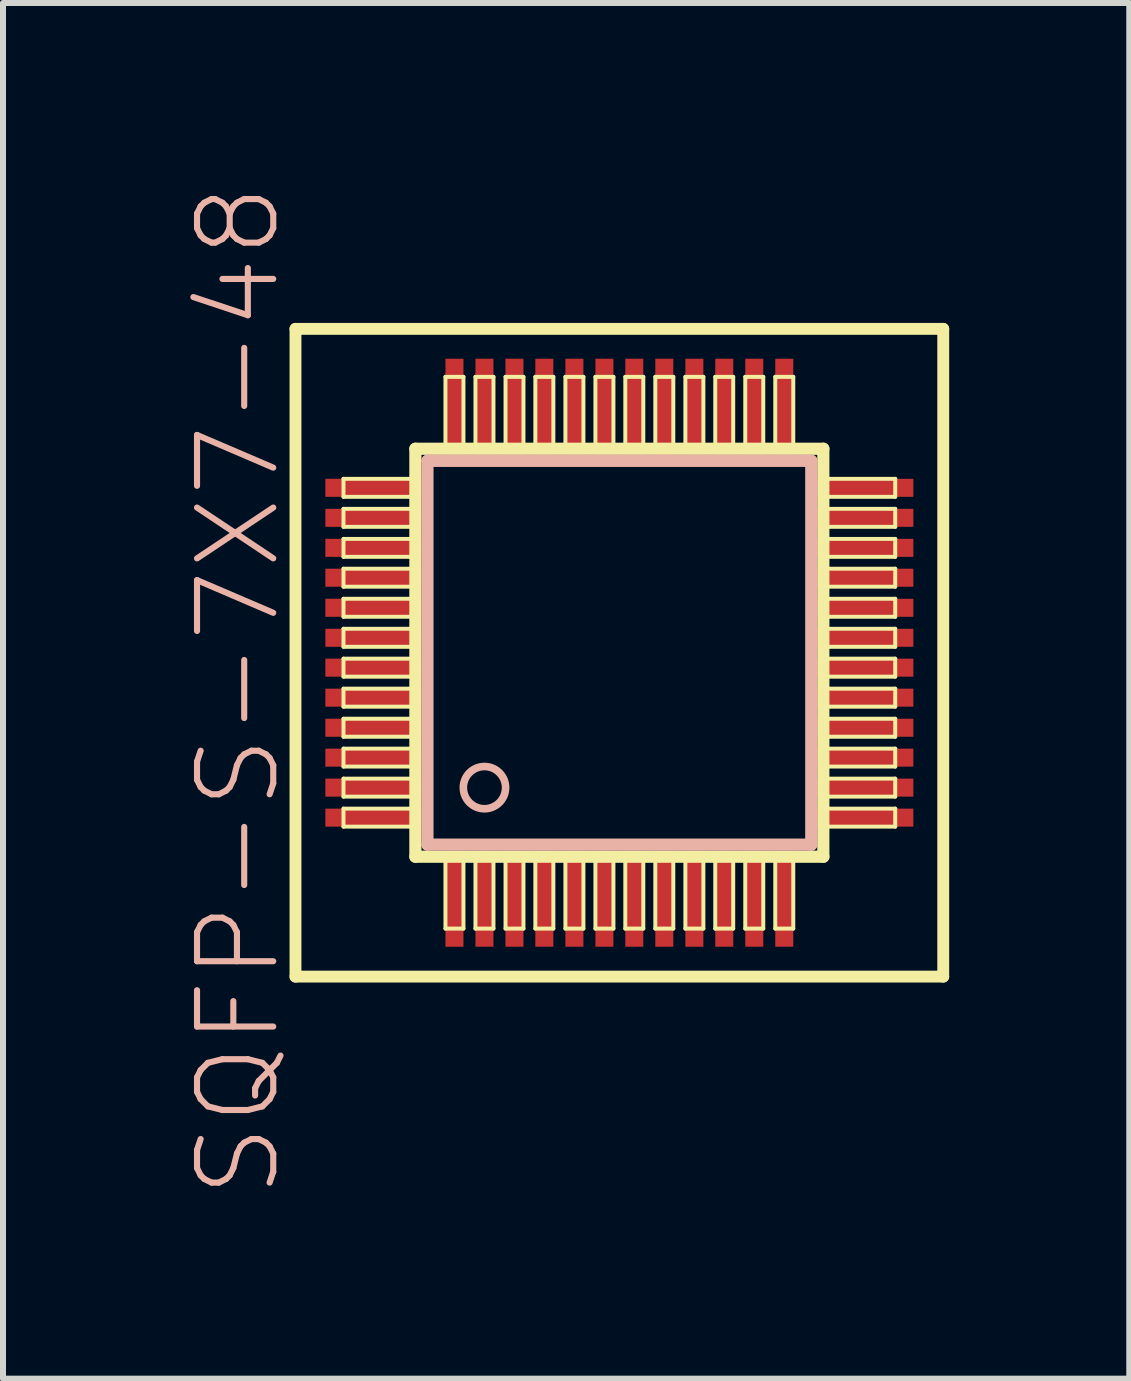
<source format=kicad_pcb>
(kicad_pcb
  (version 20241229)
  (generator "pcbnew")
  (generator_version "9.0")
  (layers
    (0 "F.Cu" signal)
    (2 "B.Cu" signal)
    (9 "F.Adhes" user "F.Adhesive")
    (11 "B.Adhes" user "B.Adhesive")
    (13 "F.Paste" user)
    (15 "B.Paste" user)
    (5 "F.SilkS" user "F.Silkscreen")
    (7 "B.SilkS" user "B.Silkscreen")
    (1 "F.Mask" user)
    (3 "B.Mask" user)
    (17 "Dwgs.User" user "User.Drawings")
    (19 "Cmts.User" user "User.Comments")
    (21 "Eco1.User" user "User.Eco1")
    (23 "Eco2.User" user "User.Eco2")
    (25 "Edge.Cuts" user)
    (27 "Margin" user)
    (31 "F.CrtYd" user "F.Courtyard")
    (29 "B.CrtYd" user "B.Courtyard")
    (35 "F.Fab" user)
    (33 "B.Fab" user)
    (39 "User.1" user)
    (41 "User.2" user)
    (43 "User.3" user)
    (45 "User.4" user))
  (footprint "SQFP-S-7X7-48"
    (layer "F.Cu")
    (at 7.271 7.827)
    (property "Reference" "SQFP-S-7X7-48" (at -6.35 0.635 90) (layer "B.SilkS") (effects (font (size 1.27 1.27) (thickness 0.102))))
    (attr smd)
    (fp_line (start -5.397 -5.397) (end 5.397 -5.397) (stroke (width 0.198) (type solid)) (layer "F.SilkS"))
    (fp_line (start -5.397 5.397) (end -5.397 -5.397) (stroke (width 0.198) (type solid)) (layer "F.SilkS"))
    (fp_line (start -4.597 -2.898) (end -3.449 -2.898) (stroke (width 0.066) (type solid)) (layer "F.SilkS"))
    (fp_line (start -4.597 -2.598) (end -4.597 -2.898) (stroke (width 0.066) (type solid)) (layer "F.SilkS"))
    (fp_line (start -4.597 -2.598) (end -3.449 -2.598) (stroke (width 0.066) (type solid)) (layer "F.SilkS"))
    (fp_line (start -4.597 -2.398) (end -3.449 -2.398) (stroke (width 0.066) (type solid)) (layer "F.SilkS"))
    (fp_line (start -4.597 -2.098) (end -4.597 -2.398) (stroke (width 0.066) (type solid)) (layer "F.SilkS"))
    (fp_line (start -4.597 -2.098) (end -3.449 -2.098) (stroke (width 0.066) (type solid)) (layer "F.SilkS"))
    (fp_line (start -4.597 -1.897) (end -3.449 -1.897) (stroke (width 0.066) (type solid)) (layer "F.SilkS"))
    (fp_line (start -4.597 -1.598) (end -4.597 -1.897) (stroke (width 0.066) (type solid)) (layer "F.SilkS"))
    (fp_line (start -4.597 -1.598) (end -3.449 -1.598) (stroke (width 0.066) (type solid)) (layer "F.SilkS"))
    (fp_line (start -4.597 -1.4) (end -3.449 -1.4) (stroke (width 0.066) (type solid)) (layer "F.SilkS"))
    (fp_line (start -4.597 -1.1) (end -4.597 -1.4) (stroke (width 0.066) (type solid)) (layer "F.SilkS"))
    (fp_line (start -4.597 -1.1) (end -3.449 -1.1) (stroke (width 0.066) (type solid)) (layer "F.SilkS"))
    (fp_line (start -4.597 -0.899) (end -3.449 -0.899) (stroke (width 0.066) (type solid)) (layer "F.SilkS"))
    (fp_line (start -4.597 -0.599) (end -4.597 -0.899) (stroke (width 0.066) (type solid)) (layer "F.SilkS"))
    (fp_line (start -4.597 -0.599) (end -3.449 -0.599) (stroke (width 0.066) (type solid)) (layer "F.SilkS"))
    (fp_line (start -4.597 -0.399) (end -3.449 -0.399) (stroke (width 0.066) (type solid)) (layer "F.SilkS"))
    (fp_line (start -4.597 -0.099) (end -4.597 -0.399) (stroke (width 0.066) (type solid)) (layer "F.SilkS"))
    (fp_line (start -4.597 -0.099) (end -3.449 -0.099) (stroke (width 0.066) (type solid)) (layer "F.SilkS"))
    (fp_line (start -4.597 0.099) (end -3.449 0.099) (stroke (width 0.066) (type solid)) (layer "F.SilkS"))
    (fp_line (start -4.597 0.399) (end -4.597 0.099) (stroke (width 0.066) (type solid)) (layer "F.SilkS"))
    (fp_line (start -4.597 0.399) (end -3.449 0.399) (stroke (width 0.066) (type solid)) (layer "F.SilkS"))
    (fp_line (start -4.597 0.599) (end -3.449 0.599) (stroke (width 0.066) (type solid)) (layer "F.SilkS"))
    (fp_line (start -4.597 0.899) (end -4.597 0.599) (stroke (width 0.066) (type solid)) (layer "F.SilkS"))
    (fp_line (start -4.597 0.899) (end -3.449 0.899) (stroke (width 0.066) (type solid)) (layer "F.SilkS"))
    (fp_line (start -4.597 1.1) (end -3.449 1.1) (stroke (width 0.066) (type solid)) (layer "F.SilkS"))
    (fp_line (start -4.597 1.4) (end -4.597 1.1) (stroke (width 0.066) (type solid)) (layer "F.SilkS"))
    (fp_line (start -4.597 1.4) (end -3.449 1.4) (stroke (width 0.066) (type solid)) (layer "F.SilkS"))
    (fp_line (start -4.597 1.598) (end -3.449 1.598) (stroke (width 0.066) (type solid)) (layer "F.SilkS"))
    (fp_line (start -4.597 1.897) (end -4.597 1.598) (stroke (width 0.066) (type solid)) (layer "F.SilkS"))
    (fp_line (start -4.597 1.897) (end -3.449 1.897) (stroke (width 0.066) (type solid)) (layer "F.SilkS"))
    (fp_line (start -4.597 2.098) (end -3.449 2.098) (stroke (width 0.066) (type solid)) (layer "F.SilkS"))
    (fp_line (start -4.597 2.398) (end -4.597 2.098) (stroke (width 0.066) (type solid)) (layer "F.SilkS"))
    (fp_line (start -4.597 2.398) (end -3.449 2.398) (stroke (width 0.066) (type solid)) (layer "F.SilkS"))
    (fp_line (start -4.597 2.598) (end -3.449 2.598) (stroke (width 0.066) (type solid)) (layer "F.SilkS"))
    (fp_line (start -4.597 2.898) (end -4.597 2.598) (stroke (width 0.066) (type solid)) (layer "F.SilkS"))
    (fp_line (start -4.597 2.898) (end -3.449 2.898) (stroke (width 0.066) (type solid)) (layer "F.SilkS"))
    (fp_line (start -3.449 -2.598) (end -3.449 -2.898) (stroke (width 0.066) (type solid)) (layer "F.SilkS"))
    (fp_line (start -3.449 -2.098) (end -3.449 -2.398) (stroke (width 0.066) (type solid)) (layer "F.SilkS"))
    (fp_line (start -3.449 -1.598) (end -3.449 -1.897) (stroke (width 0.066) (type solid)) (layer "F.SilkS"))
    (fp_line (start -3.449 -1.1) (end -3.449 -1.4) (stroke (width 0.066) (type solid)) (layer "F.SilkS"))
    (fp_line (start -3.449 -0.599) (end -3.449 -0.899) (stroke (width 0.066) (type solid)) (layer "F.SilkS"))
    (fp_line (start -3.449 -0.099) (end -3.449 -0.399) (stroke (width 0.066) (type solid)) (layer "F.SilkS"))
    (fp_line (start -3.449 0.399) (end -3.449 0.099) (stroke (width 0.066) (type solid)) (layer "F.SilkS"))
    (fp_line (start -3.449 0.899) (end -3.449 0.599) (stroke (width 0.066) (type solid)) (layer "F.SilkS"))
    (fp_line (start -3.449 1.4) (end -3.449 1.1) (stroke (width 0.066) (type solid)) (layer "F.SilkS"))
    (fp_line (start -3.449 1.897) (end -3.449 1.598) (stroke (width 0.066) (type solid)) (layer "F.SilkS"))
    (fp_line (start -3.449 2.398) (end -3.449 2.098) (stroke (width 0.066) (type solid)) (layer "F.SilkS"))
    (fp_line (start -3.449 2.898) (end -3.449 2.598) (stroke (width 0.066) (type solid)) (layer "F.SilkS"))
    (fp_line (start -3.399 -3.399) (end -3.399 3.399) (stroke (width 0.203) (type solid)) (layer "F.SilkS"))
    (fp_line (start -3.399 3.399) (end 3.399 3.399) (stroke (width 0.203) (type solid)) (layer "F.SilkS"))
    (fp_line (start -2.898 -4.597) (end -2.598 -4.597) (stroke (width 0.066) (type solid)) (layer "F.SilkS"))
    (fp_line (start -2.898 -3.449) (end -2.898 -4.597) (stroke (width 0.066) (type solid)) (layer "F.SilkS"))
    (fp_line (start -2.898 -3.449) (end -2.598 -3.449) (stroke (width 0.066) (type solid)) (layer "F.SilkS"))
    (fp_line (start -2.898 3.449) (end -2.598 3.449) (stroke (width 0.066) (type solid)) (layer "F.SilkS"))
    (fp_line (start -2.898 4.597) (end -2.898 3.449) (stroke (width 0.066) (type solid)) (layer "F.SilkS"))
    (fp_line (start -2.898 4.597) (end -2.598 4.597) (stroke (width 0.066) (type solid)) (layer "F.SilkS"))
    (fp_line (start -2.598 -3.449) (end -2.598 -4.597) (stroke (width 0.066) (type solid)) (layer "F.SilkS"))
    (fp_line (start -2.598 4.597) (end -2.598 3.449) (stroke (width 0.066) (type solid)) (layer "F.SilkS"))
    (fp_line (start -2.398 -4.597) (end -2.098 -4.597) (stroke (width 0.066) (type solid)) (layer "F.SilkS"))
    (fp_line (start -2.398 -3.449) (end -2.398 -4.597) (stroke (width 0.066) (type solid)) (layer "F.SilkS"))
    (fp_line (start -2.398 -3.449) (end -2.098 -3.449) (stroke (width 0.066) (type solid)) (layer "F.SilkS"))
    (fp_line (start -2.398 3.449) (end -2.098 3.449) (stroke (width 0.066) (type solid)) (layer "F.SilkS"))
    (fp_line (start -2.398 4.597) (end -2.398 3.449) (stroke (width 0.066) (type solid)) (layer "F.SilkS"))
    (fp_line (start -2.398 4.597) (end -2.098 4.597) (stroke (width 0.066) (type solid)) (layer "F.SilkS"))
    (fp_line (start -2.098 -3.449) (end -2.098 -4.597) (stroke (width 0.066) (type solid)) (layer "F.SilkS"))
    (fp_line (start -2.098 4.597) (end -2.098 3.449) (stroke (width 0.066) (type solid)) (layer "F.SilkS"))
    (fp_line (start -1.897 -4.597) (end -1.598 -4.597) (stroke (width 0.066) (type solid)) (layer "F.SilkS"))
    (fp_line (start -1.897 -3.449) (end -1.897 -4.597) (stroke (width 0.066) (type solid)) (layer "F.SilkS"))
    (fp_line (start -1.897 -3.449) (end -1.598 -3.449) (stroke (width 0.066) (type solid)) (layer "F.SilkS"))
    (fp_line (start -1.897 3.449) (end -1.598 3.449) (stroke (width 0.066) (type solid)) (layer "F.SilkS"))
    (fp_line (start -1.897 4.597) (end -1.897 3.449) (stroke (width 0.066) (type solid)) (layer "F.SilkS"))
    (fp_line (start -1.897 4.597) (end -1.598 4.597) (stroke (width 0.066) (type solid)) (layer "F.SilkS"))
    (fp_line (start -1.598 -3.449) (end -1.598 -4.597) (stroke (width 0.066) (type solid)) (layer "F.SilkS"))
    (fp_line (start -1.598 4.597) (end -1.598 3.449) (stroke (width 0.066) (type solid)) (layer "F.SilkS"))
    (fp_line (start -1.4 -4.597) (end -1.1 -4.597) (stroke (width 0.066) (type solid)) (layer "F.SilkS"))
    (fp_line (start -1.4 -3.449) (end -1.4 -4.597) (stroke (width 0.066) (type solid)) (layer "F.SilkS"))
    (fp_line (start -1.4 -3.449) (end -1.1 -3.449) (stroke (width 0.066) (type solid)) (layer "F.SilkS"))
    (fp_line (start -1.4 3.449) (end -1.1 3.449) (stroke (width 0.066) (type solid)) (layer "F.SilkS"))
    (fp_line (start -1.4 4.597) (end -1.4 3.449) (stroke (width 0.066) (type solid)) (layer "F.SilkS"))
    (fp_line (start -1.4 4.597) (end -1.1 4.597) (stroke (width 0.066) (type solid)) (layer "F.SilkS"))
    (fp_line (start -1.1 -3.449) (end -1.1 -4.597) (stroke (width 0.066) (type solid)) (layer "F.SilkS"))
    (fp_line (start -1.1 4.597) (end -1.1 3.449) (stroke (width 0.066) (type solid)) (layer "F.SilkS"))
    (fp_line (start -0.899 -4.597) (end -0.599 -4.597) (stroke (width 0.066) (type solid)) (layer "F.SilkS"))
    (fp_line (start -0.899 -3.449) (end -0.899 -4.597) (stroke (width 0.066) (type solid)) (layer "F.SilkS"))
    (fp_line (start -0.899 -3.449) (end -0.599 -3.449) (stroke (width 0.066) (type solid)) (layer "F.SilkS"))
    (fp_line (start -0.899 3.449) (end -0.599 3.449) (stroke (width 0.066) (type solid)) (layer "F.SilkS"))
    (fp_line (start -0.899 4.597) (end -0.899 3.449) (stroke (width 0.066) (type solid)) (layer "F.SilkS"))
    (fp_line (start -0.899 4.597) (end -0.599 4.597) (stroke (width 0.066) (type solid)) (layer "F.SilkS"))
    (fp_line (start -0.599 -3.449) (end -0.599 -4.597) (stroke (width 0.066) (type solid)) (layer "F.SilkS"))
    (fp_line (start -0.599 4.597) (end -0.599 3.449) (stroke (width 0.066) (type solid)) (layer "F.SilkS"))
    (fp_line (start -0.399 -4.597) (end -0.099 -4.597) (stroke (width 0.066) (type solid)) (layer "F.SilkS"))
    (fp_line (start -0.399 -3.449) (end -0.399 -4.597) (stroke (width 0.066) (type solid)) (layer "F.SilkS"))
    (fp_line (start -0.399 -3.449) (end -0.099 -3.449) (stroke (width 0.066) (type solid)) (layer "F.SilkS"))
    (fp_line (start -0.399 3.449) (end -0.099 3.449) (stroke (width 0.066) (type solid)) (layer "F.SilkS"))
    (fp_line (start -0.399 4.597) (end -0.399 3.449) (stroke (width 0.066) (type solid)) (layer "F.SilkS"))
    (fp_line (start -0.399 4.597) (end -0.099 4.597) (stroke (width 0.066) (type solid)) (layer "F.SilkS"))
    (fp_line (start -0.099 -3.449) (end -0.099 -4.597) (stroke (width 0.066) (type solid)) (layer "F.SilkS"))
    (fp_line (start -0.099 4.597) (end -0.099 3.449) (stroke (width 0.066) (type solid)) (layer "F.SilkS"))
    (fp_line (start 0.099 -4.597) (end 0.399 -4.597) (stroke (width 0.066) (type solid)) (layer "F.SilkS"))
    (fp_line (start 0.099 -3.449) (end 0.099 -4.597) (stroke (width 0.066) (type solid)) (layer "F.SilkS"))
    (fp_line (start 0.099 -3.449) (end 0.399 -3.449) (stroke (width 0.066) (type solid)) (layer "F.SilkS"))
    (fp_line (start 0.099 3.449) (end 0.399 3.449) (stroke (width 0.066) (type solid)) (layer "F.SilkS"))
    (fp_line (start 0.099 4.597) (end 0.099 3.449) (stroke (width 0.066) (type solid)) (layer "F.SilkS"))
    (fp_line (start 0.099 4.597) (end 0.399 4.597) (stroke (width 0.066) (type solid)) (layer "F.SilkS"))
    (fp_line (start 0.399 -3.449) (end 0.399 -4.597) (stroke (width 0.066) (type solid)) (layer "F.SilkS"))
    (fp_line (start 0.399 4.597) (end 0.399 3.449) (stroke (width 0.066) (type solid)) (layer "F.SilkS"))
    (fp_line (start 0.599 -4.597) (end 0.899 -4.597) (stroke (width 0.066) (type solid)) (layer "F.SilkS"))
    (fp_line (start 0.599 -3.449) (end 0.599 -4.597) (stroke (width 0.066) (type solid)) (layer "F.SilkS"))
    (fp_line (start 0.599 -3.449) (end 0.899 -3.449) (stroke (width 0.066) (type solid)) (layer "F.SilkS"))
    (fp_line (start 0.599 3.449) (end 0.899 3.449) (stroke (width 0.066) (type solid)) (layer "F.SilkS"))
    (fp_line (start 0.599 4.597) (end 0.599 3.449) (stroke (width 0.066) (type solid)) (layer "F.SilkS"))
    (fp_line (start 0.599 4.597) (end 0.899 4.597) (stroke (width 0.066) (type solid)) (layer "F.SilkS"))
    (fp_line (start 0.899 -3.449) (end 0.899 -4.597) (stroke (width 0.066) (type solid)) (layer "F.SilkS"))
    (fp_line (start 0.899 4.597) (end 0.899 3.449) (stroke (width 0.066) (type solid)) (layer "F.SilkS"))
    (fp_line (start 1.1 -4.597) (end 1.4 -4.597) (stroke (width 0.066) (type solid)) (layer "F.SilkS"))
    (fp_line (start 1.1 -3.449) (end 1.1 -4.597) (stroke (width 0.066) (type solid)) (layer "F.SilkS"))
    (fp_line (start 1.1 -3.449) (end 1.4 -3.449) (stroke (width 0.066) (type solid)) (layer "F.SilkS"))
    (fp_line (start 1.1 3.449) (end 1.4 3.449) (stroke (width 0.066) (type solid)) (layer "F.SilkS"))
    (fp_line (start 1.1 4.597) (end 1.1 3.449) (stroke (width 0.066) (type solid)) (layer "F.SilkS"))
    (fp_line (start 1.1 4.597) (end 1.4 4.597) (stroke (width 0.066) (type solid)) (layer "F.SilkS"))
    (fp_line (start 1.4 -3.449) (end 1.4 -4.597) (stroke (width 0.066) (type solid)) (layer "F.SilkS"))
    (fp_line (start 1.4 4.597) (end 1.4 3.449) (stroke (width 0.066) (type solid)) (layer "F.SilkS"))
    (fp_line (start 1.598 -4.597) (end 1.897 -4.597) (stroke (width 0.066) (type solid)) (layer "F.SilkS"))
    (fp_line (start 1.598 -3.449) (end 1.598 -4.597) (stroke (width 0.066) (type solid)) (layer "F.SilkS"))
    (fp_line (start 1.598 -3.449) (end 1.897 -3.449) (stroke (width 0.066) (type solid)) (layer "F.SilkS"))
    (fp_line (start 1.598 3.449) (end 1.897 3.449) (stroke (width 0.066) (type solid)) (layer "F.SilkS"))
    (fp_line (start 1.598 4.597) (end 1.598 3.449) (stroke (width 0.066) (type solid)) (layer "F.SilkS"))
    (fp_line (start 1.598 4.597) (end 1.897 4.597) (stroke (width 0.066) (type solid)) (layer "F.SilkS"))
    (fp_line (start 1.897 -3.449) (end 1.897 -4.597) (stroke (width 0.066) (type solid)) (layer "F.SilkS"))
    (fp_line (start 1.897 4.597) (end 1.897 3.449) (stroke (width 0.066) (type solid)) (layer "F.SilkS"))
    (fp_line (start 2.098 -4.597) (end 2.398 -4.597) (stroke (width 0.066) (type solid)) (layer "F.SilkS"))
    (fp_line (start 2.098 -3.449) (end 2.098 -4.597) (stroke (width 0.066) (type solid)) (layer "F.SilkS"))
    (fp_line (start 2.098 -3.449) (end 2.398 -3.449) (stroke (width 0.066) (type solid)) (layer "F.SilkS"))
    (fp_line (start 2.098 3.449) (end 2.398 3.449) (stroke (width 0.066) (type solid)) (layer "F.SilkS"))
    (fp_line (start 2.098 4.597) (end 2.098 3.449) (stroke (width 0.066) (type solid)) (layer "F.SilkS"))
    (fp_line (start 2.098 4.597) (end 2.398 4.597) (stroke (width 0.066) (type solid)) (layer "F.SilkS"))
    (fp_line (start 2.398 -3.449) (end 2.398 -4.597) (stroke (width 0.066) (type solid)) (layer "F.SilkS"))
    (fp_line (start 2.398 4.597) (end 2.398 3.449) (stroke (width 0.066) (type solid)) (layer "F.SilkS"))
    (fp_line (start 2.598 -4.597) (end 2.898 -4.597) (stroke (width 0.066) (type solid)) (layer "F.SilkS"))
    (fp_line (start 2.598 -3.449) (end 2.598 -4.597) (stroke (width 0.066) (type solid)) (layer "F.SilkS"))
    (fp_line (start 2.598 -3.449) (end 2.898 -3.449) (stroke (width 0.066) (type solid)) (layer "F.SilkS"))
    (fp_line (start 2.598 3.449) (end 2.898 3.449) (stroke (width 0.066) (type solid)) (layer "F.SilkS"))
    (fp_line (start 2.598 4.597) (end 2.598 3.449) (stroke (width 0.066) (type solid)) (layer "F.SilkS"))
    (fp_line (start 2.598 4.597) (end 2.898 4.597) (stroke (width 0.066) (type solid)) (layer "F.SilkS"))
    (fp_line (start 2.898 -3.449) (end 2.898 -4.597) (stroke (width 0.066) (type solid)) (layer "F.SilkS"))
    (fp_line (start 2.898 4.597) (end 2.898 3.449) (stroke (width 0.066) (type solid)) (layer "F.SilkS"))
    (fp_line (start 3.399 -3.399) (end -3.399 -3.399) (stroke (width 0.203) (type solid)) (layer "F.SilkS"))
    (fp_line (start 3.399 3.399) (end 3.399 -3.399) (stroke (width 0.203) (type solid)) (layer "F.SilkS"))
    (fp_line (start 3.449 -2.898) (end 4.597 -2.898) (stroke (width 0.066) (type solid)) (layer "F.SilkS"))
    (fp_line (start 3.449 -2.598) (end 3.449 -2.898) (stroke (width 0.066) (type solid)) (layer "F.SilkS"))
    (fp_line (start 3.449 -2.598) (end 4.597 -2.598) (stroke (width 0.066) (type solid)) (layer "F.SilkS"))
    (fp_line (start 3.449 -2.398) (end 4.597 -2.398) (stroke (width 0.066) (type solid)) (layer "F.SilkS"))
    (fp_line (start 3.449 -2.098) (end 3.449 -2.398) (stroke (width 0.066) (type solid)) (layer "F.SilkS"))
    (fp_line (start 3.449 -2.098) (end 4.597 -2.098) (stroke (width 0.066) (type solid)) (layer "F.SilkS"))
    (fp_line (start 3.449 -1.897) (end 4.597 -1.897) (stroke (width 0.066) (type solid)) (layer "F.SilkS"))
    (fp_line (start 3.449 -1.598) (end 3.449 -1.897) (stroke (width 0.066) (type solid)) (layer "F.SilkS"))
    (fp_line (start 3.449 -1.598) (end 4.597 -1.598) (stroke (width 0.066) (type solid)) (layer "F.SilkS"))
    (fp_line (start 3.449 -1.4) (end 4.597 -1.4) (stroke (width 0.066) (type solid)) (layer "F.SilkS"))
    (fp_line (start 3.449 -1.1) (end 3.449 -1.4) (stroke (width 0.066) (type solid)) (layer "F.SilkS"))
    (fp_line (start 3.449 -1.1) (end 4.597 -1.1) (stroke (width 0.066) (type solid)) (layer "F.SilkS"))
    (fp_line (start 3.449 -0.899) (end 4.597 -0.899) (stroke (width 0.066) (type solid)) (layer "F.SilkS"))
    (fp_line (start 3.449 -0.599) (end 3.449 -0.899) (stroke (width 0.066) (type solid)) (layer "F.SilkS"))
    (fp_line (start 3.449 -0.599) (end 4.597 -0.599) (stroke (width 0.066) (type solid)) (layer "F.SilkS"))
    (fp_line (start 3.449 -0.399) (end 4.597 -0.399) (stroke (width 0.066) (type solid)) (layer "F.SilkS"))
    (fp_line (start 3.449 -0.099) (end 3.449 -0.399) (stroke (width 0.066) (type solid)) (layer "F.SilkS"))
    (fp_line (start 3.449 -0.099) (end 4.597 -0.099) (stroke (width 0.066) (type solid)) (layer "F.SilkS"))
    (fp_line (start 3.449 0.099) (end 4.597 0.099) (stroke (width 0.066) (type solid)) (layer "F.SilkS"))
    (fp_line (start 3.449 0.399) (end 3.449 0.099) (stroke (width 0.066) (type solid)) (layer "F.SilkS"))
    (fp_line (start 3.449 0.399) (end 4.597 0.399) (stroke (width 0.066) (type solid)) (layer "F.SilkS"))
    (fp_line (start 3.449 0.599) (end 4.597 0.599) (stroke (width 0.066) (type solid)) (layer "F.SilkS"))
    (fp_line (start 3.449 0.899) (end 3.449 0.599) (stroke (width 0.066) (type solid)) (layer "F.SilkS"))
    (fp_line (start 3.449 0.899) (end 4.597 0.899) (stroke (width 0.066) (type solid)) (layer "F.SilkS"))
    (fp_line (start 3.449 1.1) (end 4.597 1.1) (stroke (width 0.066) (type solid)) (layer "F.SilkS"))
    (fp_line (start 3.449 1.4) (end 3.449 1.1) (stroke (width 0.066) (type solid)) (layer "F.SilkS"))
    (fp_line (start 3.449 1.4) (end 4.597 1.4) (stroke (width 0.066) (type solid)) (layer "F.SilkS"))
    (fp_line (start 3.449 1.598) (end 4.597 1.598) (stroke (width 0.066) (type solid)) (layer "F.SilkS"))
    (fp_line (start 3.449 1.897) (end 3.449 1.598) (stroke (width 0.066) (type solid)) (layer "F.SilkS"))
    (fp_line (start 3.449 1.897) (end 4.597 1.897) (stroke (width 0.066) (type solid)) (layer "F.SilkS"))
    (fp_line (start 3.449 2.098) (end 4.597 2.098) (stroke (width 0.066) (type solid)) (layer "F.SilkS"))
    (fp_line (start 3.449 2.398) (end 3.449 2.098) (stroke (width 0.066) (type solid)) (layer "F.SilkS"))
    (fp_line (start 3.449 2.398) (end 4.597 2.398) (stroke (width 0.066) (type solid)) (layer "F.SilkS"))
    (fp_line (start 3.449 2.598) (end 4.597 2.598) (stroke (width 0.066) (type solid)) (layer "F.SilkS"))
    (fp_line (start 3.449 2.898) (end 3.449 2.598) (stroke (width 0.066) (type solid)) (layer "F.SilkS"))
    (fp_line (start 3.449 2.898) (end 4.597 2.898) (stroke (width 0.066) (type solid)) (layer "F.SilkS"))
    (fp_line (start 4.597 -2.598) (end 4.597 -2.898) (stroke (width 0.066) (type solid)) (layer "F.SilkS"))
    (fp_line (start 4.597 -2.098) (end 4.597 -2.398) (stroke (width 0.066) (type solid)) (layer "F.SilkS"))
    (fp_line (start 4.597 -1.598) (end 4.597 -1.897) (stroke (width 0.066) (type solid)) (layer "F.SilkS"))
    (fp_line (start 4.597 -1.1) (end 4.597 -1.4) (stroke (width 0.066) (type solid)) (layer "F.SilkS"))
    (fp_line (start 4.597 -0.599) (end 4.597 -0.899) (stroke (width 0.066) (type solid)) (layer "F.SilkS"))
    (fp_line (start 4.597 -0.099) (end 4.597 -0.399) (stroke (width 0.066) (type solid)) (layer "F.SilkS"))
    (fp_line (start 4.597 0.399) (end 4.597 0.099) (stroke (width 0.066) (type solid)) (layer "F.SilkS"))
    (fp_line (start 4.597 0.899) (end 4.597 0.599) (stroke (width 0.066) (type solid)) (layer "F.SilkS"))
    (fp_line (start 4.597 1.4) (end 4.597 1.1) (stroke (width 0.066) (type solid)) (layer "F.SilkS"))
    (fp_line (start 4.597 1.897) (end 4.597 1.598) (stroke (width 0.066) (type solid)) (layer "F.SilkS"))
    (fp_line (start 4.597 2.398) (end 4.597 2.098) (stroke (width 0.066) (type solid)) (layer "F.SilkS"))
    (fp_line (start 4.597 2.898) (end 4.597 2.598) (stroke (width 0.066) (type solid)) (layer "F.SilkS"))
    (fp_line (start 5.397 -5.397) (end 5.397 5.397) (stroke (width 0.198) (type solid)) (layer "F.SilkS"))
    (fp_line (start 5.397 5.397) (end -5.397 5.397) (stroke (width 0.198) (type solid)) (layer "F.SilkS"))
    (fp_line (start -3.198 -3.198) (end 3.198 -3.198) (stroke (width 0.203) (type solid)) (layer "B.SilkS"))
    (fp_line (start -3.198 3.198) (end -3.198 -3.198) (stroke (width 0.203) (type solid)) (layer "B.SilkS"))
    (fp_line (start 3.198 -3.198) (end 3.198 3.198) (stroke (width 0.203) (type solid)) (layer "B.SilkS"))
    (fp_line (start 3.198 3.198) (end -3.198 3.198) (stroke (width 0.203) (type solid)) (layer "B.SilkS"))
    (fp_circle (center -2.248 2.248) (end -2.497 2.497) (stroke (width 0.127) (type solid)) (fill no) (layer "B.SilkS"))
    (pad "1" smd rect (at -2.748 4.1) (size 0.3 1.598) (layers "F.Cu" "F.Mask" "F.Paste"))
    (pad "2" smd rect (at -2.248 4.1) (size 0.3 1.598) (layers "F.Cu" "F.Mask" "F.Paste"))
    (pad "3" smd rect (at -1.748 4.1) (size 0.3 1.598) (layers "F.Cu" "F.Mask" "F.Paste"))
    (pad "4" smd rect (at -1.25 4.1) (size 0.3 1.598) (layers "F.Cu" "F.Mask" "F.Paste"))
    (pad "5" smd rect (at -0.749 4.1) (size 0.3 1.598) (layers "F.Cu" "F.Mask" "F.Paste"))
    (pad "6" smd rect (at -0.249 4.1) (size 0.3 1.598) (layers "F.Cu" "F.Mask" "F.Paste"))
    (pad "7" smd rect (at 0.249 4.1) (size 0.3 1.598) (layers "F.Cu" "F.Mask" "F.Paste"))
    (pad "8" smd rect (at 0.749 4.1) (size 0.3 1.598) (layers "F.Cu" "F.Mask" "F.Paste"))
    (pad "9" smd rect (at 1.25 4.1) (size 0.3 1.598) (layers "F.Cu" "F.Mask" "F.Paste"))
    (pad "10" smd rect (at 1.748 4.1) (size 0.3 1.598) (layers "F.Cu" "F.Mask" "F.Paste"))
    (pad "11" smd rect (at 2.248 4.1) (size 0.3 1.598) (layers "F.Cu" "F.Mask" "F.Paste"))
    (pad "12" smd rect (at 2.748 4.1) (size 0.3 1.598) (layers "F.Cu" "F.Mask" "F.Paste"))
    (pad "13" smd rect (at 4.1 2.748) (size 1.598 0.3) (layers "F.Cu" "F.Mask" "F.Paste"))
    (pad "14" smd rect (at 4.1 2.248) (size 1.598 0.3) (layers "F.Cu" "F.Mask" "F.Paste"))
    (pad "15" smd rect (at 4.1 1.748) (size 1.598 0.3) (layers "F.Cu" "F.Mask" "F.Paste"))
    (pad "16" smd rect (at 4.1 1.25) (size 1.598 0.3) (layers "F.Cu" "F.Mask" "F.Paste"))
    (pad "17" smd rect (at 4.1 0.749) (size 1.598 0.3) (layers "F.Cu" "F.Mask" "F.Paste"))
    (pad "18" smd rect (at 4.1 0.249) (size 1.598 0.3) (layers "F.Cu" "F.Mask" "F.Paste"))
    (pad "19" smd rect (at 4.1 -0.249) (size 1.598 0.3) (layers "F.Cu" "F.Mask" "F.Paste"))
    (pad "20" smd rect (at 4.1 -0.749) (size 1.598 0.3) (layers "F.Cu" "F.Mask" "F.Paste"))
    (pad "21" smd rect (at 4.1 -1.25) (size 1.598 0.3) (layers "F.Cu" "F.Mask" "F.Paste"))
    (pad "22" smd rect (at 4.1 -1.748) (size 1.598 0.3) (layers "F.Cu" "F.Mask" "F.Paste"))
    (pad "23" smd rect (at 4.1 -2.248) (size 1.598 0.3) (layers "F.Cu" "F.Mask" "F.Paste"))
    (pad "24" smd rect (at 4.1 -2.748) (size 1.598 0.3) (layers "F.Cu" "F.Mask" "F.Paste"))
    (pad "25" smd rect (at 2.748 -4.1) (size 0.3 1.598) (layers "F.Cu" "F.Mask" "F.Paste"))
    (pad "26" smd rect (at 2.248 -4.1) (size 0.3 1.598) (layers "F.Cu" "F.Mask" "F.Paste"))
    (pad "27" smd rect (at 1.748 -4.1) (size 0.3 1.598) (layers "F.Cu" "F.Mask" "F.Paste"))
    (pad "28" smd rect (at 1.25 -4.1) (size 0.3 1.598) (layers "F.Cu" "F.Mask" "F.Paste"))
    (pad "29" smd rect (at 0.749 -4.1) (size 0.3 1.598) (layers "F.Cu" "F.Mask" "F.Paste"))
    (pad "30" smd rect (at 0.249 -4.1) (size 0.3 1.598) (layers "F.Cu" "F.Mask" "F.Paste"))
    (pad "31" smd rect (at -0.249 -4.1) (size 0.3 1.598) (layers "F.Cu" "F.Mask" "F.Paste"))
    (pad "32" smd rect (at -0.749 -4.1) (size 0.3 1.598) (layers "F.Cu" "F.Mask" "F.Paste"))
    (pad "33" smd rect (at -1.25 -4.1) (size 0.3 1.598) (layers "F.Cu" "F.Mask" "F.Paste"))
    (pad "34" smd rect (at -1.748 -4.1) (size 0.3 1.598) (layers "F.Cu" "F.Mask" "F.Paste"))
    (pad "35" smd rect (at -2.248 -4.1) (size 0.3 1.598) (layers "F.Cu" "F.Mask" "F.Paste"))
    (pad "36" smd rect (at -2.748 -4.1) (size 0.3 1.598) (layers "F.Cu" "F.Mask" "F.Paste"))
    (pad "37" smd rect (at -4.1 -2.748) (size 1.598 0.3) (layers "F.Cu" "F.Mask" "F.Paste"))
    (pad "38" smd rect (at -4.1 -2.248) (size 1.598 0.3) (layers "F.Cu" "F.Mask" "F.Paste"))
    (pad "39" smd rect (at -4.1 -1.748) (size 1.598 0.3) (layers "F.Cu" "F.Mask" "F.Paste"))
    (pad "40" smd rect (at -4.1 -1.25) (size 1.598 0.3) (layers "F.Cu" "F.Mask" "F.Paste"))
    (pad "41" smd rect (at -4.1 -0.749) (size 1.598 0.3) (layers "F.Cu" "F.Mask" "F.Paste"))
    (pad "42" smd rect (at -4.1 -0.249) (size 1.598 0.3) (layers "F.Cu" "F.Mask" "F.Paste"))
    (pad "43" smd rect (at -4.1 0.249) (size 1.598 0.3) (layers "F.Cu" "F.Mask" "F.Paste"))
    (pad "44" smd rect (at -4.1 0.749) (size 1.598 0.3) (layers "F.Cu" "F.Mask" "F.Paste"))
    (pad "45" smd rect (at -4.1 1.25) (size 1.598 0.3) (layers "F.Cu" "F.Mask" "F.Paste"))
    (pad "46" smd rect (at -4.1 1.748) (size 1.598 0.3) (layers "F.Cu" "F.Mask" "F.Paste"))
    (pad "47" smd rect (at -4.1 2.248) (size 1.598 0.3) (layers "F.Cu" "F.Mask" "F.Paste"))
    (pad "48" smd rect (at -4.1 2.748) (size 1.598 0.3) (layers "F.Cu" "F.Mask" "F.Paste")))
  (gr_rect
    (start -3 -3)
    (end 15.768 19.924)
    (stroke (width 0.1) (type default))
    (fill no)
    (layer "Edge.Cuts")))
</source>
